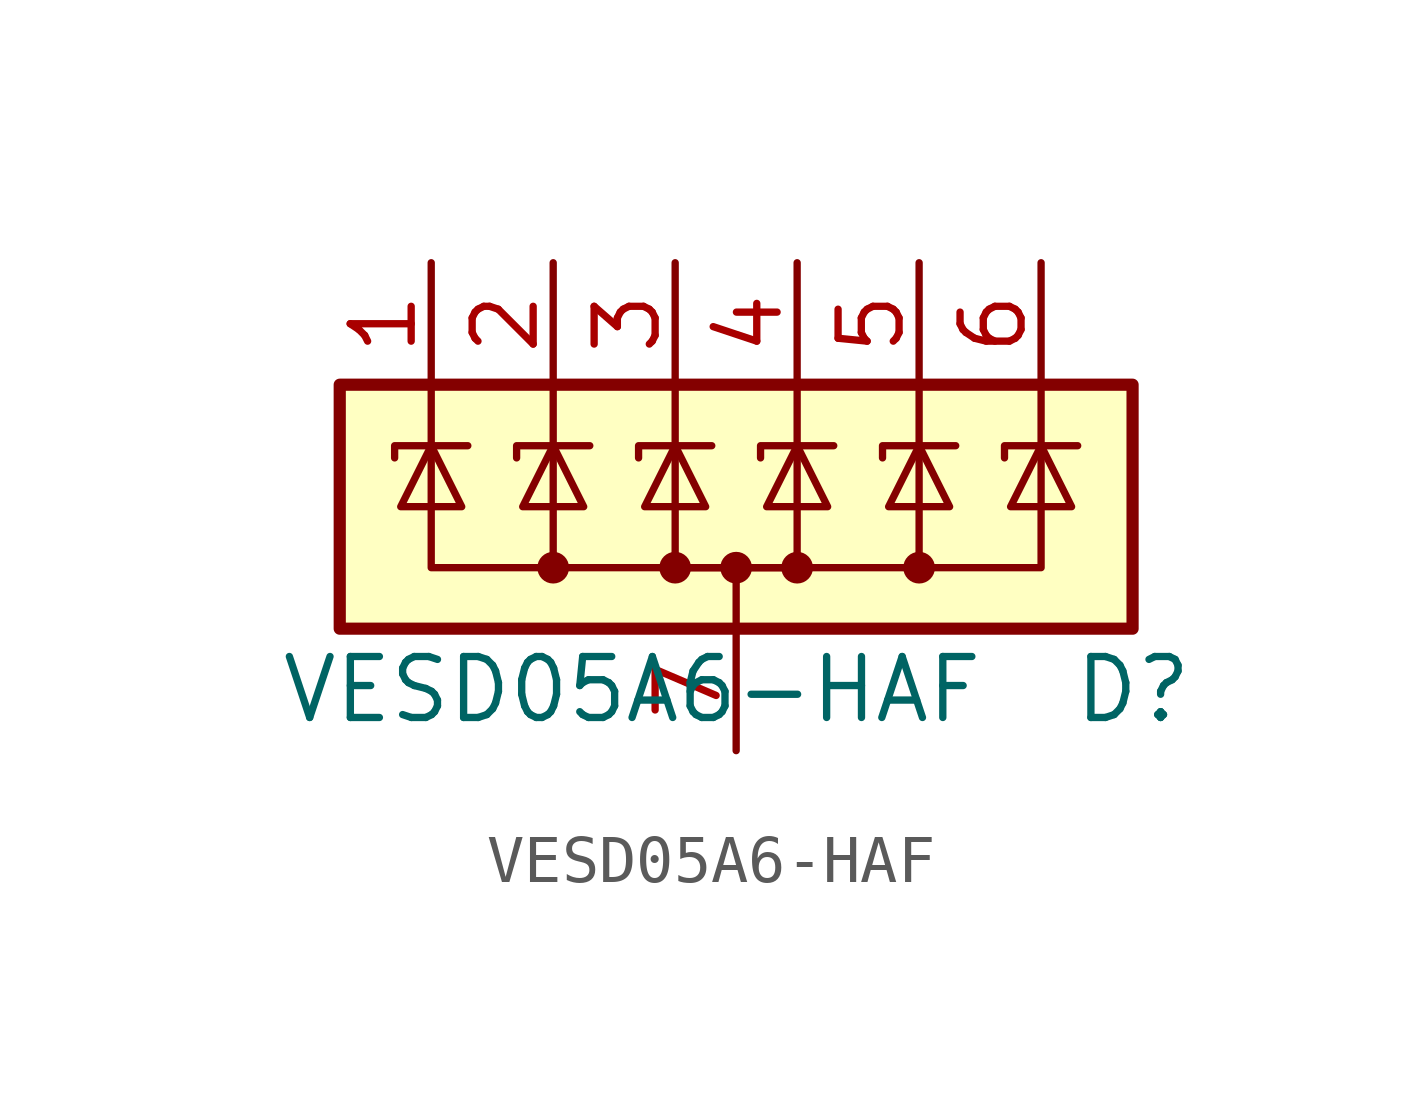
<source format=kicad_sym>
(kicad_symbol_lib
  (version 20201005)
  (generator kicad_symbol_editor)
  (symbol "VESD05A6-HAF"
    (pin_names hide)
    (property "Reference" "D"
      (at 6.985 -3.81 0)
      (effects (font (size 1.27 1.27)) (justify left)))
    (property "Value" "VESD05A6-HAF"
      (at -9.525 -3.81 0)
      (effects (font (size 1.27 1.27)) (justify left)))
    (symbol "VESD05A6-HAF_0_1"
      (rectangle (start -8.255 2.54) (end 8.255 -2.54) (stroke (width 0.254)) (fill (type background))))
    (symbol "VESD05A6-HAF_1_1"
      (circle (center -3.81 -1.27) (radius 0.254) (stroke (width 0)) (fill (type outline)))
      (circle (center -1.27 -1.27) (radius 0.254) (stroke (width 0)) (fill (type outline)))
      (circle (center 0 -1.27) (radius 0.254) (stroke (width 0)) (fill (type outline)))
      (circle (center 1.27 -1.27) (radius 0.254) (stroke (width 0)) (fill (type outline)))
      (circle (center 3.81 -1.27) (radius 0.254) (stroke (width 0)) (fill (type outline)))
      (polyline (pts (xy -6.35 2.54) (xy -6.35 1.27)) (stroke (width 0)) (fill (type none)))
      (polyline (pts (xy -3.81 2.54) (xy -3.81 1.27)) (stroke (width 0)) (fill (type none)))
      (polyline (pts (xy -1.27 2.54) (xy -1.27 1.27)) (stroke (width 0)) (fill (type none)))
      (polyline (pts (xy 0 -1.27) (xy 0 -2.54)) (stroke (width 0)) (fill (type none)))
      (polyline (pts (xy 1.27 2.54) (xy 1.27 1.27)) (stroke (width 0)) (fill (type none)))
      (polyline (pts (xy 3.81 2.54) (xy 3.81 1.27)) (stroke (width 0)) (fill (type none)))
      (polyline (pts (xy 6.35 2.54) (xy 6.35 1.27)) (stroke (width 0)) (fill (type none)))
      (polyline (pts (xy -6.35 1.27) (xy -6.35 -1.27) (xy -3.81 -1.27)) (stroke (width 0)) (fill (type none)))
      (polyline (pts (xy -3.81 1.27) (xy -3.81 -1.27) (xy -1.27 -1.27)) (stroke (width 0)) (fill (type none)))
      (polyline (pts (xy -1.27 1.27) (xy -1.27 -1.27) (xy 1.27 -1.27)) (stroke (width 0)) (fill (type none)))
      (polyline (pts (xy 1.27 1.27) (xy 1.27 -1.27) (xy -1.27 -1.27)) (stroke (width 0)) (fill (type none)))
      (polyline (pts (xy 3.81 1.27) (xy 3.81 -1.27) (xy 1.27 -1.27)) (stroke (width 0)) (fill (type none)))
      (polyline (pts (xy 6.35 1.27) (xy 6.35 -1.27) (xy 3.81 -1.27)) (stroke (width 0)) (fill (type none)))
      (polyline (pts (xy -7.112 1.016) (xy -7.112 1.27) (xy -5.715 1.27) (xy -5.588 1.27)) (stroke (width 0)) (fill (type none)))
      (polyline (pts (xy -6.35 1.27) (xy -5.715 0) (xy -6.985 0) (xy -6.35 1.27)) (stroke (width 0)) (fill (type none)))
      (polyline (pts (xy -4.572 1.016) (xy -4.572 1.27) (xy -3.175 1.27) (xy -3.048 1.27)) (stroke (width 0)) (fill (type none)))
      (polyline (pts (xy -3.81 1.27) (xy -3.175 0) (xy -4.445 0) (xy -3.81 1.27)) (stroke (width 0)) (fill (type none)))
      (polyline (pts (xy -2.032 1.016) (xy -2.032 1.27) (xy -0.635 1.27) (xy -0.508 1.27)) (stroke (width 0)) (fill (type none)))
      (polyline (pts (xy -1.27 1.27) (xy -0.635 0) (xy -1.905 0) (xy -1.27 1.27)) (stroke (width 0)) (fill (type none)))
      (polyline (pts (xy 0.508 1.016) (xy 0.508 1.27) (xy 1.905 1.27) (xy 2.032 1.27)) (stroke (width 0)) (fill (type none)))
      (polyline (pts (xy 1.27 1.27) (xy 0.635 0) (xy 1.905 0) (xy 1.27 1.27)) (stroke (width 0)) (fill (type none)))
      (polyline (pts (xy 3.048 1.016) (xy 3.048 1.27) (xy 4.445 1.27) (xy 4.572 1.27)) (stroke (width 0)) (fill (type none)))
      (polyline (pts (xy 3.81 1.27) (xy 3.175 0) (xy 4.445 0) (xy 3.81 1.27)) (stroke (width 0)) (fill (type none)))
      (polyline (pts (xy 5.588 1.016) (xy 5.588 1.27) (xy 6.985 1.27) (xy 7.112 1.27)) (stroke (width 0)) (fill (type none)))
      (polyline (pts (xy 6.35 1.27) (xy 5.715 0) (xy 6.985 0) (xy 6.35 1.27)) (stroke (width 0)) (fill (type none)))
      (pin passive line (at -6.35 5.08 270) (length 2.54) (name "K" (effects (font (size 1.27 1.27)))) (number "1" (effects (font (size 1.27 1.27)))))
      (pin passive line (at -3.81 5.08 270) (length 2.54) (name "K" (effects (font (size 1.27 1.27)))) (number "2" (effects (font (size 1.27 1.27)))))
      (pin passive line (at -1.27 5.08 270) (length 2.54) (name "K" (effects (font (size 1.27 1.27)))) (number "3" (effects (font (size 1.27 1.27)))))
      (pin passive line (at 1.27 5.08 270) (length 2.54) (name "K" (effects (font (size 1.27 1.27)))) (number "4" (effects (font (size 1.27 1.27)))))
      (pin passive line (at 3.81 5.08 270) (length 2.54) (name "K" (effects (font (size 1.27 1.27)))) (number "5" (effects (font (size 1.27 1.27)))))
      (pin passive line (at 6.35 5.08 270) (length 2.54) (name "K" (effects (font (size 1.27 1.27)))) (number "6" (effects (font (size 1.27 1.27)))))
      (pin passive line (at 0 -5.08 90) (length 2.54) (name "GND" (effects (font (size 1.27 1.27)))) (number "7" (effects (font (size 1.27 1.27))))))))
</source>
